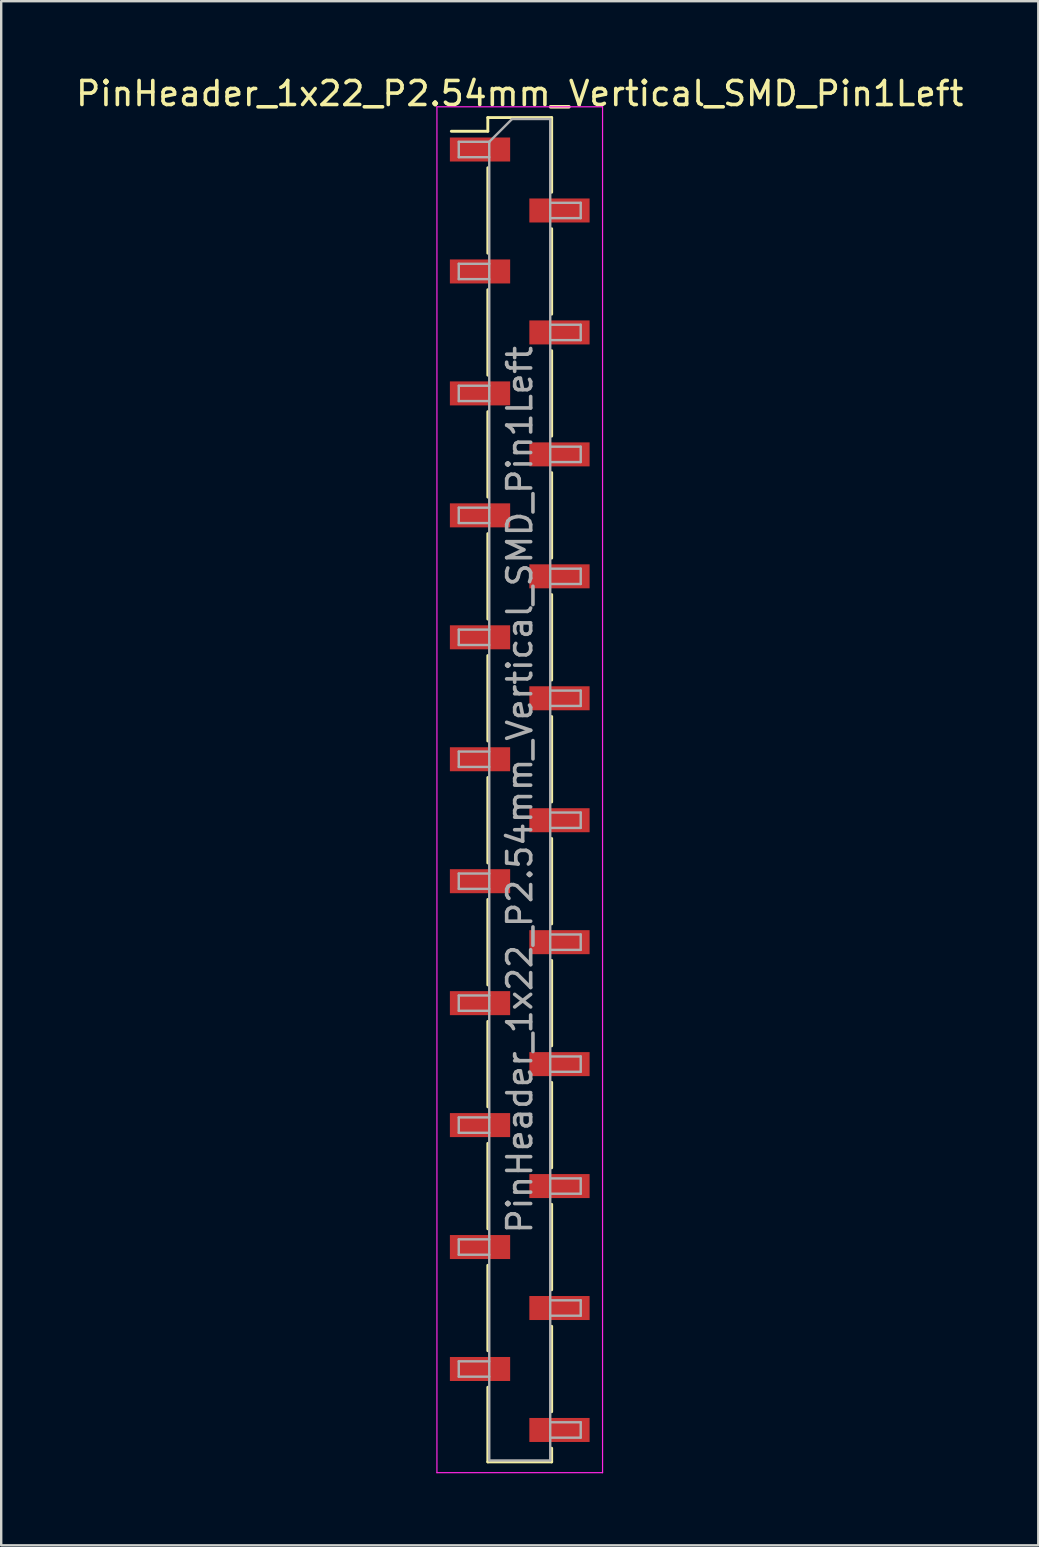
<source format=kicad_pcb>
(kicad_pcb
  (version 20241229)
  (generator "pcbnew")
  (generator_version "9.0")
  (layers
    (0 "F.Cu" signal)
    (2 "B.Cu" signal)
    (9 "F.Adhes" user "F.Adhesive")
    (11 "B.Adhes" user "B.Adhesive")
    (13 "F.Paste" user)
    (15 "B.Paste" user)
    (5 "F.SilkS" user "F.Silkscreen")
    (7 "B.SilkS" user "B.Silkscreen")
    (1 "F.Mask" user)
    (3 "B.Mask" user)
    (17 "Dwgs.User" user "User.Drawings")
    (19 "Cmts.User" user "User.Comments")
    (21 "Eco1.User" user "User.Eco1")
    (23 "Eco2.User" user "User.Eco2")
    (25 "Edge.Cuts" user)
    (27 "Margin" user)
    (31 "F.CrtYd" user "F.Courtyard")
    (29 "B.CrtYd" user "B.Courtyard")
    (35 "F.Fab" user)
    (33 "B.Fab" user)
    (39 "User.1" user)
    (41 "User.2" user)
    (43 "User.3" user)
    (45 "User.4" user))
  (footprint "PinHeader_1x22_P2.54mm_Vertical_SMD_Pin1Left"
    (layer "F.Cu")
    (at 18.601 29.848)
    (property "Reference" "PinHeader_1x22_P2.54mm_Vertical_SMD_Pin1Left" (at 0 -29 0) (layer "F.SilkS") (effects (font (size 1 1) (thickness 0.15))))
    (attr smd)
    (fp_line (start -1.33 -28) (end -1.33 -27.43) (stroke (width 0.12) (type solid)) (layer "F.SilkS"))
    (fp_line (start -1.33 -28) (end 1.33 -28) (stroke (width 0.12) (type solid)) (layer "F.SilkS"))
    (fp_line (start -1.33 -27.43) (end -2.85 -27.43) (stroke (width 0.12) (type solid)) (layer "F.SilkS"))
    (fp_line (start -1.33 -25.91) (end -1.33 -22.35) (stroke (width 0.12) (type solid)) (layer "F.SilkS"))
    (fp_line (start -1.33 -20.83) (end -1.33 -17.27) (stroke (width 0.12) (type solid)) (layer "F.SilkS"))
    (fp_line (start -1.33 -15.75) (end -1.33 -12.19) (stroke (width 0.12) (type solid)) (layer "F.SilkS"))
    (fp_line (start -1.33 -10.67) (end -1.33 -7.11) (stroke (width 0.12) (type solid)) (layer "F.SilkS"))
    (fp_line (start -1.33 -5.59) (end -1.33 -2.03) (stroke (width 0.12) (type solid)) (layer "F.SilkS"))
    (fp_line (start -1.33 -0.51) (end -1.33 3.05) (stroke (width 0.12) (type solid)) (layer "F.SilkS"))
    (fp_line (start -1.33 4.57) (end -1.33 8.13) (stroke (width 0.12) (type solid)) (layer "F.SilkS"))
    (fp_line (start -1.33 9.65) (end -1.33 13.21) (stroke (width 0.12) (type solid)) (layer "F.SilkS"))
    (fp_line (start -1.33 14.73) (end -1.33 18.29) (stroke (width 0.12) (type solid)) (layer "F.SilkS"))
    (fp_line (start -1.33 19.81) (end -1.33 23.37) (stroke (width 0.12) (type solid)) (layer "F.SilkS"))
    (fp_line (start -1.33 24.89) (end -1.33 28) (stroke (width 0.12) (type solid)) (layer "F.SilkS"))
    (fp_line (start -1.33 28) (end 1.33 28) (stroke (width 0.12) (type solid)) (layer "F.SilkS"))
    (fp_line (start 1.33 -28) (end 1.33 -24.89) (stroke (width 0.12) (type solid)) (layer "F.SilkS"))
    (fp_line (start 1.33 -23.37) (end 1.33 -19.81) (stroke (width 0.12) (type solid)) (layer "F.SilkS"))
    (fp_line (start 1.33 -18.29) (end 1.33 -14.73) (stroke (width 0.12) (type solid)) (layer "F.SilkS"))
    (fp_line (start 1.33 -13.21) (end 1.33 -9.65) (stroke (width 0.12) (type solid)) (layer "F.SilkS"))
    (fp_line (start 1.33 -8.13) (end 1.33 -4.57) (stroke (width 0.12) (type solid)) (layer "F.SilkS"))
    (fp_line (start 1.33 -3.05) (end 1.33 0.51) (stroke (width 0.12) (type solid)) (layer "F.SilkS"))
    (fp_line (start 1.33 2.03) (end 1.33 5.59) (stroke (width 0.12) (type solid)) (layer "F.SilkS"))
    (fp_line (start 1.33 7.11) (end 1.33 10.67) (stroke (width 0.12) (type solid)) (layer "F.SilkS"))
    (fp_line (start 1.33 12.19) (end 1.33 15.75) (stroke (width 0.12) (type solid)) (layer "F.SilkS"))
    (fp_line (start 1.33 17.27) (end 1.33 20.83) (stroke (width 0.12) (type solid)) (layer "F.SilkS"))
    (fp_line (start 1.33 22.35) (end 1.33 25.91) (stroke (width 0.12) (type solid)) (layer "F.SilkS"))
    (fp_line (start 1.33 27.43) (end 1.33 28) (stroke (width 0.12) (type solid)) (layer "F.SilkS"))
    (fp_line (start -3.45 -28.45) (end -3.45 28.45) (stroke (width 0.05) (type solid)) (layer "F.CrtYd"))
    (fp_line (start -3.45 28.45) (end 3.45 28.45) (stroke (width 0.05) (type solid)) (layer "F.CrtYd"))
    (fp_line (start 3.45 -28.45) (end -3.45 -28.45) (stroke (width 0.05) (type solid)) (layer "F.CrtYd"))
    (fp_line (start 3.45 28.45) (end 3.45 -28.45) (stroke (width 0.05) (type solid)) (layer "F.CrtYd"))
    (fp_line (start -2.54 -26.99) (end -2.54 -26.35) (stroke (width 0.1) (type solid)) (layer "F.Fab"))
    (fp_line (start -2.54 -26.35) (end -1.27 -26.35) (stroke (width 0.1) (type solid)) (layer "F.Fab"))
    (fp_line (start -2.54 -21.91) (end -2.54 -21.27) (stroke (width 0.1) (type solid)) (layer "F.Fab"))
    (fp_line (start -2.54 -21.27) (end -1.27 -21.27) (stroke (width 0.1) (type solid)) (layer "F.Fab"))
    (fp_line (start -2.54 -16.83) (end -2.54 -16.19) (stroke (width 0.1) (type solid)) (layer "F.Fab"))
    (fp_line (start -2.54 -16.19) (end -1.27 -16.19) (stroke (width 0.1) (type solid)) (layer "F.Fab"))
    (fp_line (start -2.54 -11.75) (end -2.54 -11.11) (stroke (width 0.1) (type solid)) (layer "F.Fab"))
    (fp_line (start -2.54 -11.11) (end -1.27 -11.11) (stroke (width 0.1) (type solid)) (layer "F.Fab"))
    (fp_line (start -2.54 -6.67) (end -2.54 -6.03) (stroke (width 0.1) (type solid)) (layer "F.Fab"))
    (fp_line (start -2.54 -6.03) (end -1.27 -6.03) (stroke (width 0.1) (type solid)) (layer "F.Fab"))
    (fp_line (start -2.54 -1.59) (end -2.54 -0.95) (stroke (width 0.1) (type solid)) (layer "F.Fab"))
    (fp_line (start -2.54 -0.95) (end -1.27 -0.95) (stroke (width 0.1) (type solid)) (layer "F.Fab"))
    (fp_line (start -2.54 3.49) (end -2.54 4.13) (stroke (width 0.1) (type solid)) (layer "F.Fab"))
    (fp_line (start -2.54 4.13) (end -1.27 4.13) (stroke (width 0.1) (type solid)) (layer "F.Fab"))
    (fp_line (start -2.54 8.57) (end -2.54 9.21) (stroke (width 0.1) (type solid)) (layer "F.Fab"))
    (fp_line (start -2.54 9.21) (end -1.27 9.21) (stroke (width 0.1) (type solid)) (layer "F.Fab"))
    (fp_line (start -2.54 13.65) (end -2.54 14.29) (stroke (width 0.1) (type solid)) (layer "F.Fab"))
    (fp_line (start -2.54 14.29) (end -1.27 14.29) (stroke (width 0.1) (type solid)) (layer "F.Fab"))
    (fp_line (start -2.54 18.73) (end -2.54 19.37) (stroke (width 0.1) (type solid)) (layer "F.Fab"))
    (fp_line (start -2.54 19.37) (end -1.27 19.37) (stroke (width 0.1) (type solid)) (layer "F.Fab"))
    (fp_line (start -2.54 23.81) (end -2.54 24.45) (stroke (width 0.1) (type solid)) (layer "F.Fab"))
    (fp_line (start -2.54 24.45) (end -1.27 24.45) (stroke (width 0.1) (type solid)) (layer "F.Fab"))
    (fp_line (start -1.27 -26.99) (end -2.54 -26.99) (stroke (width 0.1) (type solid)) (layer "F.Fab"))
    (fp_line (start -1.27 -26.99) (end -0.32 -27.94) (stroke (width 0.1) (type solid)) (layer "F.Fab"))
    (fp_line (start -1.27 -21.91) (end -2.54 -21.91) (stroke (width 0.1) (type solid)) (layer "F.Fab"))
    (fp_line (start -1.27 -16.83) (end -2.54 -16.83) (stroke (width 0.1) (type solid)) (layer "F.Fab"))
    (fp_line (start -1.27 -11.75) (end -2.54 -11.75) (stroke (width 0.1) (type solid)) (layer "F.Fab"))
    (fp_line (start -1.27 -6.67) (end -2.54 -6.67) (stroke (width 0.1) (type solid)) (layer "F.Fab"))
    (fp_line (start -1.27 -1.59) (end -2.54 -1.59) (stroke (width 0.1) (type solid)) (layer "F.Fab"))
    (fp_line (start -1.27 3.49) (end -2.54 3.49) (stroke (width 0.1) (type solid)) (layer "F.Fab"))
    (fp_line (start -1.27 8.57) (end -2.54 8.57) (stroke (width 0.1) (type solid)) (layer "F.Fab"))
    (fp_line (start -1.27 13.65) (end -2.54 13.65) (stroke (width 0.1) (type solid)) (layer "F.Fab"))
    (fp_line (start -1.27 18.73) (end -2.54 18.73) (stroke (width 0.1) (type solid)) (layer "F.Fab"))
    (fp_line (start -1.27 23.81) (end -2.54 23.81) (stroke (width 0.1) (type solid)) (layer "F.Fab"))
    (fp_line (start -1.27 27.94) (end -1.27 -26.99) (stroke (width 0.1) (type solid)) (layer "F.Fab"))
    (fp_line (start -0.32 -27.94) (end 1.27 -27.94) (stroke (width 0.1) (type solid)) (layer "F.Fab"))
    (fp_line (start 1.27 -27.94) (end 1.27 27.94) (stroke (width 0.1) (type solid)) (layer "F.Fab"))
    (fp_line (start 1.27 -24.45) (end 2.54 -24.45) (stroke (width 0.1) (type solid)) (layer "F.Fab"))
    (fp_line (start 1.27 -19.37) (end 2.54 -19.37) (stroke (width 0.1) (type solid)) (layer "F.Fab"))
    (fp_line (start 1.27 -14.29) (end 2.54 -14.29) (stroke (width 0.1) (type solid)) (layer "F.Fab"))
    (fp_line (start 1.27 -9.21) (end 2.54 -9.21) (stroke (width 0.1) (type solid)) (layer "F.Fab"))
    (fp_line (start 1.27 -4.13) (end 2.54 -4.13) (stroke (width 0.1) (type solid)) (layer "F.Fab"))
    (fp_line (start 1.27 0.95) (end 2.54 0.95) (stroke (width 0.1) (type solid)) (layer "F.Fab"))
    (fp_line (start 1.27 6.03) (end 2.54 6.03) (stroke (width 0.1) (type solid)) (layer "F.Fab"))
    (fp_line (start 1.27 11.11) (end 2.54 11.11) (stroke (width 0.1) (type solid)) (layer "F.Fab"))
    (fp_line (start 1.27 16.19) (end 2.54 16.19) (stroke (width 0.1) (type solid)) (layer "F.Fab"))
    (fp_line (start 1.27 21.27) (end 2.54 21.27) (stroke (width 0.1) (type solid)) (layer "F.Fab"))
    (fp_line (start 1.27 26.35) (end 2.54 26.35) (stroke (width 0.1) (type solid)) (layer "F.Fab"))
    (fp_line (start 1.27 27.94) (end -1.27 27.94) (stroke (width 0.1) (type solid)) (layer "F.Fab"))
    (fp_line (start 2.54 -24.45) (end 2.54 -23.81) (stroke (width 0.1) (type solid)) (layer "F.Fab"))
    (fp_line (start 2.54 -23.81) (end 1.27 -23.81) (stroke (width 0.1) (type solid)) (layer "F.Fab"))
    (fp_line (start 2.54 -19.37) (end 2.54 -18.73) (stroke (width 0.1) (type solid)) (layer "F.Fab"))
    (fp_line (start 2.54 -18.73) (end 1.27 -18.73) (stroke (width 0.1) (type solid)) (layer "F.Fab"))
    (fp_line (start 2.54 -14.29) (end 2.54 -13.65) (stroke (width 0.1) (type solid)) (layer "F.Fab"))
    (fp_line (start 2.54 -13.65) (end 1.27 -13.65) (stroke (width 0.1) (type solid)) (layer "F.Fab"))
    (fp_line (start 2.54 -9.21) (end 2.54 -8.57) (stroke (width 0.1) (type solid)) (layer "F.Fab"))
    (fp_line (start 2.54 -8.57) (end 1.27 -8.57) (stroke (width 0.1) (type solid)) (layer "F.Fab"))
    (fp_line (start 2.54 -4.13) (end 2.54 -3.49) (stroke (width 0.1) (type solid)) (layer "F.Fab"))
    (fp_line (start 2.54 -3.49) (end 1.27 -3.49) (stroke (width 0.1) (type solid)) (layer "F.Fab"))
    (fp_line (start 2.54 0.95) (end 2.54 1.59) (stroke (width 0.1) (type solid)) (layer "F.Fab"))
    (fp_line (start 2.54 1.59) (end 1.27 1.59) (stroke (width 0.1) (type solid)) (layer "F.Fab"))
    (fp_line (start 2.54 6.03) (end 2.54 6.67) (stroke (width 0.1) (type solid)) (layer "F.Fab"))
    (fp_line (start 2.54 6.67) (end 1.27 6.67) (stroke (width 0.1) (type solid)) (layer "F.Fab"))
    (fp_line (start 2.54 11.11) (end 2.54 11.75) (stroke (width 0.1) (type solid)) (layer "F.Fab"))
    (fp_line (start 2.54 11.75) (end 1.27 11.75) (stroke (width 0.1) (type solid)) (layer "F.Fab"))
    (fp_line (start 2.54 16.19) (end 2.54 16.83) (stroke (width 0.1) (type solid)) (layer "F.Fab"))
    (fp_line (start 2.54 16.83) (end 1.27 16.83) (stroke (width 0.1) (type solid)) (layer "F.Fab"))
    (fp_line (start 2.54 21.27) (end 2.54 21.91) (stroke (width 0.1) (type solid)) (layer "F.Fab"))
    (fp_line (start 2.54 21.91) (end 1.27 21.91) (stroke (width 0.1) (type solid)) (layer "F.Fab"))
    (fp_line (start 2.54 26.35) (end 2.54 26.99) (stroke (width 0.1) (type solid)) (layer "F.Fab"))
    (fp_line (start 2.54 26.99) (end 1.27 26.99) (stroke (width 0.1) (type solid)) (layer "F.Fab"))
    (fp_text user "${REFERENCE}" (at 0 0 90) (layer "F.Fab") (effects (font (size 1 1) (thickness 0.15))))
    (pad "1" smd rect (at -1.655 -26.67) (size 2.51 1) (layers "F.Cu" "F.Mask" "F.Paste"))
    (pad "2" smd rect (at 1.655 -24.13) (size 2.51 1) (layers "F.Cu" "F.Mask" "F.Paste"))
    (pad "3" smd rect (at -1.655 -21.59) (size 2.51 1) (layers "F.Cu" "F.Mask" "F.Paste"))
    (pad "4" smd rect (at 1.655 -19.05) (size 2.51 1) (layers "F.Cu" "F.Mask" "F.Paste"))
    (pad "5" smd rect (at -1.655 -16.51) (size 2.51 1) (layers "F.Cu" "F.Mask" "F.Paste"))
    (pad "6" smd rect (at 1.655 -13.97) (size 2.51 1) (layers "F.Cu" "F.Mask" "F.Paste"))
    (pad "7" smd rect (at -1.655 -11.43) (size 2.51 1) (layers "F.Cu" "F.Mask" "F.Paste"))
    (pad "8" smd rect (at 1.655 -8.89) (size 2.51 1) (layers "F.Cu" "F.Mask" "F.Paste"))
    (pad "9" smd rect (at -1.655 -6.35) (size 2.51 1) (layers "F.Cu" "F.Mask" "F.Paste"))
    (pad "10" smd rect (at 1.655 -3.81) (size 2.51 1) (layers "F.Cu" "F.Mask" "F.Paste"))
    (pad "11" smd rect (at -1.655 -1.27) (size 2.51 1) (layers "F.Cu" "F.Mask" "F.Paste"))
    (pad "12" smd rect (at 1.655 1.27) (size 2.51 1) (layers "F.Cu" "F.Mask" "F.Paste"))
    (pad "13" smd rect (at -1.655 3.81) (size 2.51 1) (layers "F.Cu" "F.Mask" "F.Paste"))
    (pad "14" smd rect (at 1.655 6.35) (size 2.51 1) (layers "F.Cu" "F.Mask" "F.Paste"))
    (pad "15" smd rect (at -1.655 8.89) (size 2.51 1) (layers "F.Cu" "F.Mask" "F.Paste"))
    (pad "16" smd rect (at 1.655 11.43) (size 2.51 1) (layers "F.Cu" "F.Mask" "F.Paste"))
    (pad "17" smd rect (at -1.655 13.97) (size 2.51 1) (layers "F.Cu" "F.Mask" "F.Paste"))
    (pad "18" smd rect (at 1.655 16.51) (size 2.51 1) (layers "F.Cu" "F.Mask" "F.Paste"))
    (pad "19" smd rect (at -1.655 19.05) (size 2.51 1) (layers "F.Cu" "F.Mask" "F.Paste"))
    (pad "20" smd rect (at 1.655 21.59) (size 2.51 1) (layers "F.Cu" "F.Mask" "F.Paste"))
    (pad "21" smd rect (at -1.655 24.13) (size 2.51 1) (layers "F.Cu" "F.Mask" "F.Paste"))
    (pad "22" smd rect (at 1.655 26.67) (size 2.51 1) (layers "F.Cu" "F.Mask" "F.Paste")))
  (gr_rect
    (start -3 -3)
    (end 40.202 61.323)
    (stroke (width 0.1) (type default))
    (fill no)
    (layer "Edge.Cuts")))
</source>
